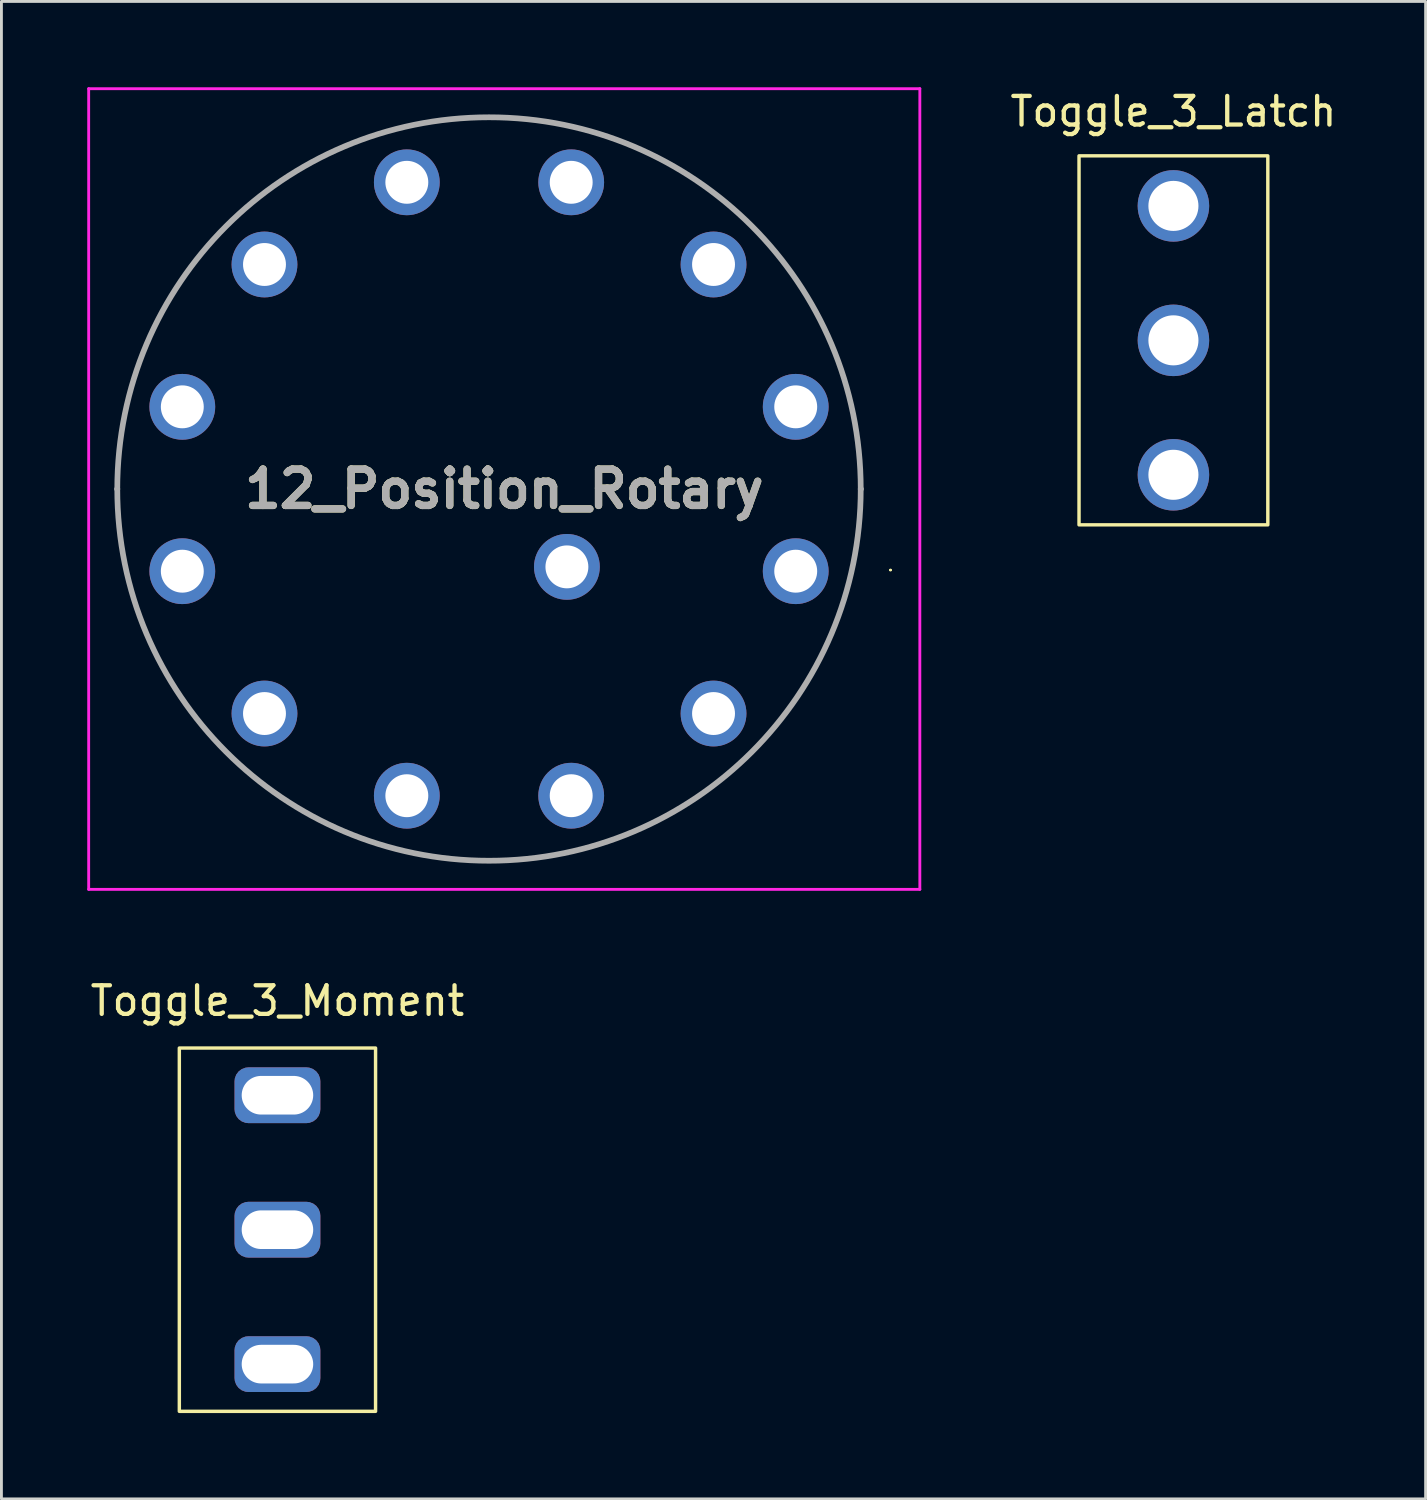
<source format=kicad_pcb>
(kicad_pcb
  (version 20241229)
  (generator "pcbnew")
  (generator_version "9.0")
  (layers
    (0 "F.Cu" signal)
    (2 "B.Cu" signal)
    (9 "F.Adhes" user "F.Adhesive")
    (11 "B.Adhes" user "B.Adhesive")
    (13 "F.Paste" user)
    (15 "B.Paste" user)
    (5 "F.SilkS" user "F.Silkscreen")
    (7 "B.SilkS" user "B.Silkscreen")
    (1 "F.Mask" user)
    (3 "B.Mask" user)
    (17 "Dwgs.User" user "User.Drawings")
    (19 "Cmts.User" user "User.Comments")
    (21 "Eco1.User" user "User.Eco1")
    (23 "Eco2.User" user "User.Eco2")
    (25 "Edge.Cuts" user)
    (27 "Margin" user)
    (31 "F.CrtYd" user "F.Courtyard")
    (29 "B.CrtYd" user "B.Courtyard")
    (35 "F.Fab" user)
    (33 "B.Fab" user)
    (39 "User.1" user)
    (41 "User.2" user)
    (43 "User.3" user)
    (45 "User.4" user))
  (footprint "12_Position_Rotary"
    (layer "F.Cu")
    (at 24.767 16.918)
    (property "Reference" "12_Position_Rotary" (at -10.189 -2.873 0) (layer "F.SilkS") (effects (font (size 1.27 1.27) (thickness 0.254))))
    (attr through_hole)
    (fp_line (start -23.717 -2.873) (end -23.717 -2.873) (stroke (width 0.1) (type solid)) (layer "F.SilkS"))
    (fp_line (start 2.273 -2.873) (end 2.273 -2.873) (stroke (width 0.1) (type solid)) (layer "F.SilkS"))
    (fp_line (start 3.287 -0.04) (end 3.287 -0.04) (stroke (width 0.052) (type solid)) (layer "F.SilkS"))
    (fp_line (start 3.339 -0.04) (end 3.339 -0.04) (stroke (width 0.052) (type solid)) (layer "F.SilkS"))
    (fp_arc (start -23.717 -2.873) (mid -10.722 -15.868) (end 2.273 -2.873) (stroke (width 0.1) (type solid)) (layer "F.SilkS"))
    (fp_arc (start 2.273 -2.873) (mid -10.722 10.122) (end -23.717 -2.873) (stroke (width 0.1) (type solid)) (layer "F.SilkS"))
    (fp_arc (start 3.287 -0.04) (mid 3.313 -0.066) (end 3.339 -0.04) (stroke (width 0.052) (type solid)) (layer "F.SilkS"))
    (fp_arc (start 3.339 -0.04) (mid 3.313 -0.014) (end 3.287 -0.04) (stroke (width 0.052) (type solid)) (layer "F.SilkS"))
    (fp_line (start -24.717 -16.868) (end 4.339 -16.868) (stroke (width 0.1) (type solid)) (layer "F.CrtYd"))
    (fp_line (start -24.717 11.122) (end -24.717 -16.868) (stroke (width 0.1) (type solid)) (layer "F.CrtYd"))
    (fp_line (start 4.339 -16.868) (end 4.339 11.122) (stroke (width 0.1) (type solid)) (layer "F.CrtYd"))
    (fp_line (start 4.339 11.122) (end -24.717 11.122) (stroke (width 0.1) (type solid)) (layer "F.CrtYd"))
    (fp_line (start -23.717 -2.873) (end -23.717 -2.873) (stroke (width 0.2) (type solid)) (layer "F.Fab"))
    (fp_line (start 2.273 -2.873) (end 2.273 -2.873) (stroke (width 0.2) (type solid)) (layer "F.Fab"))
    (fp_arc (start -23.717 -2.873) (mid -10.722 -15.868) (end 2.273 -2.873) (stroke (width 0.2) (type solid)) (layer "F.Fab"))
    (fp_arc (start 2.273 -2.873) (mid -10.722 10.122) (end -23.717 -2.873) (stroke (width 0.2) (type solid)) (layer "F.Fab"))
    (fp_text user "${REFERENCE}" (at -10.189 -2.873 0) (layer "F.Fab") (effects (font (size 1.27 1.27) (thickness 0.254))))
    (pad "1" thru_hole circle (at 0 0) (size 2.3 2.3) (drill 1.5) (layers "*.Cu" "*.Mask"))
    (pad "2" thru_hole circle (at -2.873 4.976) (size 2.3 2.3) (drill 1.5) (layers "*.Cu" "*.Mask"))
    (pad "3" thru_hole circle (at -7.849 7.849) (size 2.3 2.3) (drill 1.5) (layers "*.Cu" "*.Mask"))
    (pad "4" thru_hole circle (at -13.595 7.849) (size 2.3 2.3) (drill 1.5) (layers "*.Cu" "*.Mask"))
    (pad "5" thru_hole circle (at -18.571 4.976) (size 2.3 2.3) (drill 1.5) (layers "*.Cu" "*.Mask"))
    (pad "6" thru_hole circle (at -21.444 0) (size 2.3 2.3) (drill 1.5) (layers "*.Cu" "*.Mask"))
    (pad "7" thru_hole circle (at -21.444 -5.746) (size 2.3 2.3) (drill 1.5) (layers "*.Cu" "*.Mask"))
    (pad "8" thru_hole circle (at -18.571 -10.722) (size 2.3 2.3) (drill 1.5) (layers "*.Cu" "*.Mask"))
    (pad "9" thru_hole circle (at -13.595 -13.595) (size 2.3 2.3) (drill 1.5) (layers "*.Cu" "*.Mask"))
    (pad "10" thru_hole circle (at -7.849 -13.595) (size 2.3 2.3) (drill 1.5) (layers "*.Cu" "*.Mask"))
    (pad "11" thru_hole circle (at -2.873 -10.722) (size 2.3 2.3) (drill 1.5) (layers "*.Cu" "*.Mask"))
    (pad "12" thru_hole circle (at 0 -5.746) (size 2.3 2.3) (drill 1.5) (layers "*.Cu" "*.Mask"))
    (pad "13" thru_hole circle (at -7.999 -0.151) (size 2.3 2.3) (drill 1.5) (layers "*.Cu" "*.Mask")))
  (footprint "Toggle_3_Latch"
    (layer "F.Cu")
    (at 37.971 8.848)
    (property "Reference" "Toggle_3_Latch" (at 0 -8 0) (unlocked yes) (layer "F.SilkS") (effects (font (size 1 1) (thickness 0.15))))
    (attr through_hole)
    (fp_rect (start 3.3 6.45) (end -3.3 -6.45) (stroke (width 0.12) (type solid)) (fill no) (layer "F.SilkS"))
    (pad "1" thru_hole circle (at 0 -4.7) (size 2.5 2.5) (drill 1.75) (layers "*.Cu" "*.Mask"))
    (pad "2" thru_hole circle (at 0 0) (size 2.5 2.5) (drill 1.75) (layers "*.Cu" "*.Mask"))
    (pad "3" thru_hole circle (at 0 4.7) (size 2.5 2.5) (drill 1.75) (layers "*.Cu" "*.Mask")))
  (footprint "Toggle_3_Moment"
    (layer "F.Cu")
    (at 6.649 39.938)
    (property "Reference" "Toggle_3_Moment" (at 0 -8 0) (unlocked yes) (layer "F.SilkS") (effects (font (size 1 1) (thickness 0.15))))
    (attr through_hole)
    (fp_rect (start -3.43 -6.35) (end 3.43 6.35) (stroke (width 0.12) (type solid)) (fill no) (layer "F.SilkS"))
    (pad "1" thru_hole roundrect (at 0 -4.7) (size 3 1.95) (drill oval 2.5 1.35) (layers "*.Cu" "*.Mask") (roundrect_rratio 0.25))
    (pad "2" thru_hole roundrect (at 0 0) (size 3 1.95) (drill oval 2.5 1.35) (layers "*.Cu" "*.Mask") (roundrect_rratio 0.25))
    (pad "3" thru_hole roundrect (at 0 4.7) (size 3 1.95) (drill oval 2.5 1.35) (layers "*.Cu" "*.Mask") (roundrect_rratio 0.25)))
  (gr_rect
    (start -3 -3)
    (end 46.787 49.348)
    (stroke (width 0.1) (type default))
    (fill no)
    (layer "Edge.Cuts")))
</source>
